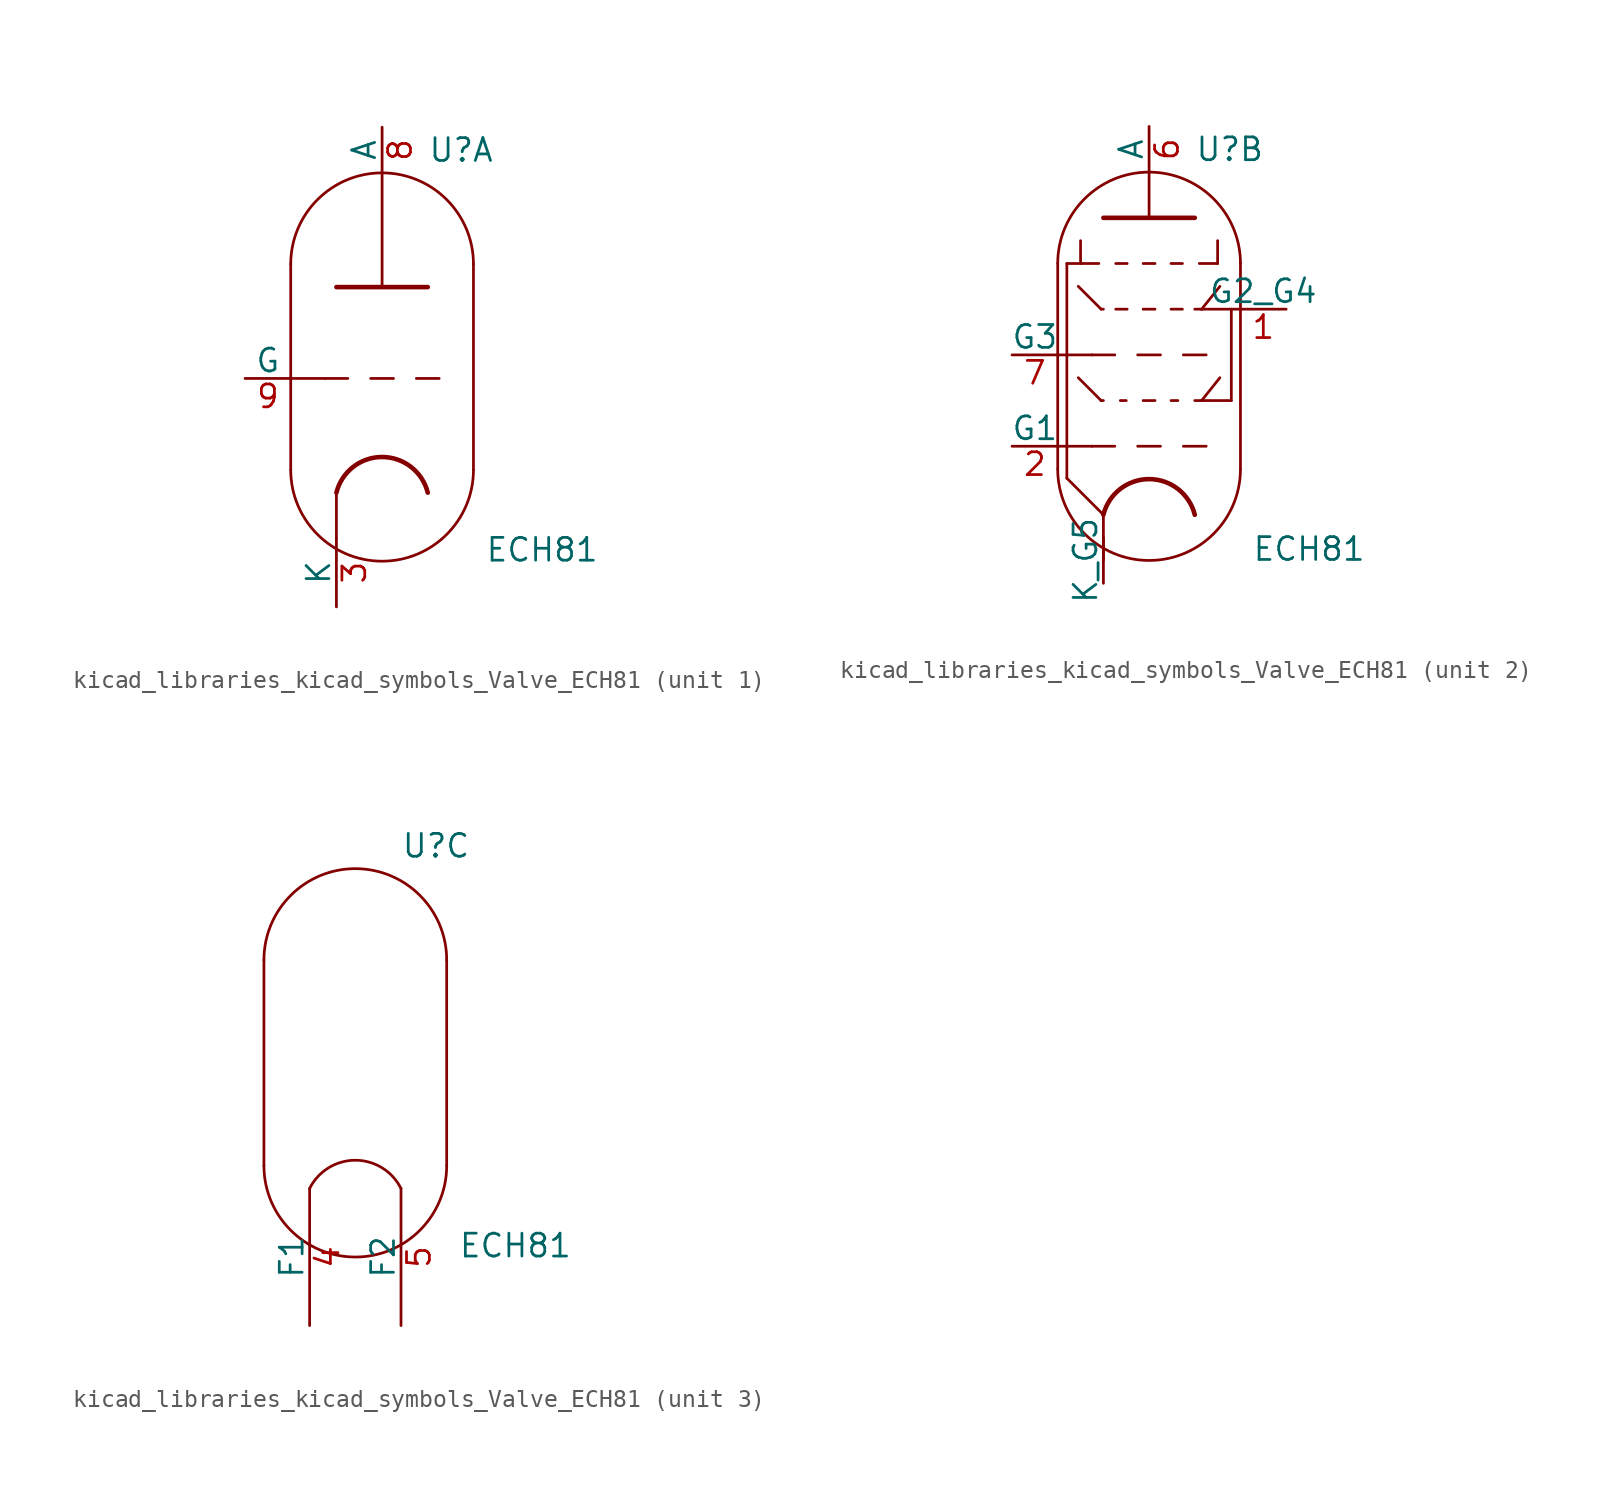
<source format=kicad_sym>
(kicad_symbol_lib
  (version 20220914)
  (generator kicad_symbol_editor)
  (symbol "kicad_libraries_kicad_symbols_Valve_ECH81"
    (pin_names
      (offset 0))
    (property "Reference" "U"
      (at 2.54 12.7 0)
      (effects (font (size 1.27 1.27)) (justify left)))
    (property "Value" "ECH81"
      (at 5.715 -9.525 0)
      (effects (font (size 1.27 1.27)) (justify left)))
    (property "ki_locked" ""
      (at 0 0 0)
      (effects (font (size 1.27 1.27))))
    (symbol "kicad_libraries_kicad_symbols_Valve_ECH81_0_1"
      (arc (start -5.08 -5.08) (mid 0 -10.1379) (end 5.08 -5.08) (stroke (width 0) (type default)) (fill (type none)))
      (polyline (pts (xy -5.08 6.35) (xy -5.08 -5.08) (xy -5.08 -5.08)) (stroke (width 0) (type default)) (fill (type none)))
      (polyline (pts (xy 5.08 6.35) (xy 5.08 -5.08) (xy 5.08 -5.08)) (stroke (width 0) (type default)) (fill (type none)))
      (arc (start 5.08 6.35) (mid 0 11.4079) (end -5.08 6.35) (stroke (width 0) (type default)) (fill (type none))))
    (symbol "kicad_libraries_kicad_symbols_Valve_ECH81_1_0"
      (polyline (pts (xy -2.54 -6.35) (xy -2.54 -8.89)) (stroke (width 0) (type default)) (fill (type none))))
    (symbol "kicad_libraries_kicad_symbols_Valve_ECH81_1_1"
      (polyline (pts (xy -5.08 0) (xy -3.175 0)) (stroke (width 0) (type default)) (fill (type none)))
      (polyline (pts (xy -1.905 0) (xy -3.175 0)) (stroke (width 0.152) (type default)) (fill (type none)))
      (polyline (pts (xy -0.635 0) (xy 0.635 0)) (stroke (width 0.152) (type default)) (fill (type none)))
      (polyline (pts (xy 1.905 0) (xy 3.175 0)) (stroke (width 0.152) (type default)) (fill (type none)))
      (polyline (pts (xy -2.54 5.08) (xy 2.54 5.08) (xy 2.54 5.08)) (stroke (width 0.254) (type default)) (fill (type none)))
      (polyline (pts (xy 0 5.08) (xy 0 11.43) (xy 0 11.43)) (stroke (width 0) (type default)) (fill (type none)))
      (arc (start 2.54 -6.35) (mid 0 -4.3668) (end -2.54 -6.35) (stroke (width 0.254) (type default)) (fill (type none)))
      (pin bidirectional line (at -2.54 -12.7 90) (length 3.81) (name "K" (effects (font (size 1.27 1.27)))) (number "3" (effects (font (size 1.27 1.27)))))
      (pin output line (at 0 13.97 270) (length 2.54) (name "A" (effects (font (size 1.27 1.27)))) (number "8" (effects (font (size 1.27 1.27)))))
      (pin input line (at -7.62 0 0) (length 2.54) (name "G" (effects (font (size 1.27 1.27)))) (number "9" (effects (font (size 1.27 1.27))))))
    (symbol "kicad_libraries_kicad_symbols_Valve_ECH81_2_0"
      (polyline (pts (xy -5.08 -3.81) (xy -3.175 -3.81)) (stroke (width 0) (type default)) (fill (type none)))
      (polyline (pts (xy -5.08 1.27) (xy -3.175 1.27)) (stroke (width 0) (type default)) (fill (type none)))
      (polyline (pts (xy -2.54 -7.62) (xy -2.54 -10.16)) (stroke (width 0) (type default)) (fill (type none)))
      (polyline (pts (xy 0 8.89) (xy 0 11.43)) (stroke (width 0) (type default)) (fill (type none)))
      (polyline (pts (xy 4.572 3.81) (xy 5.08 3.81)) (stroke (width 0) (type default)) (fill (type none))))
    (symbol "kicad_libraries_kicad_symbols_Valve_ECH81_2_1"
      (polyline (pts (xy -4.572 -5.588) (xy -2.54 -7.62)) (stroke (width 0.152) (type default)) (fill (type none)))
      (polyline (pts (xy -4.572 6.35) (xy -4.572 -5.588)) (stroke (width 0.152) (type default)) (fill (type none)))
      (polyline (pts (xy -3.937 0) (xy -2.667 -1.27)) (stroke (width 0.152) (type default)) (fill (type none)))
      (polyline (pts (xy -3.937 5.08) (xy -2.667 3.81)) (stroke (width 0.152) (type default)) (fill (type none)))
      (polyline (pts (xy -3.81 6.35) (xy -4.572 6.35)) (stroke (width 0.152) (type default)) (fill (type none)))
      (polyline (pts (xy -3.81 6.35) (xy -2.794 6.35)) (stroke (width 0.152) (type default)) (fill (type none)))
      (polyline (pts (xy -3.81 7.62) (xy -3.81 6.35)) (stroke (width 0.152) (type default)) (fill (type none)))
      (polyline (pts (xy -2.667 -1.27) (xy -2.54 -1.27)) (stroke (width 0.152) (type default)) (fill (type none)))
      (polyline (pts (xy -2.667 3.81) (xy -2.54 3.81)) (stroke (width 0.152) (type default)) (fill (type none)))
      (polyline (pts (xy -1.905 -3.81) (xy -3.175 -3.81)) (stroke (width 0.152) (type default)) (fill (type none)))
      (polyline (pts (xy -1.905 1.27) (xy -3.175 1.27)) (stroke (width 0.152) (type default)) (fill (type none)))
      (polyline (pts (xy -1.854 3.81) (xy -1.219 3.81)) (stroke (width 0.152) (type default)) (fill (type none)))
      (polyline (pts (xy -1.854 6.35) (xy -1.219 6.35)) (stroke (width 0.152) (type default)) (fill (type none)))
      (polyline (pts (xy -1.27 -1.27) (xy -1.6 -1.27)) (stroke (width 0.152) (type default)) (fill (type none)))
      (polyline (pts (xy -0.635 -3.81) (xy 0.635 -3.81)) (stroke (width 0.152) (type default)) (fill (type none)))
      (polyline (pts (xy -0.635 1.27) (xy 0.635 1.27)) (stroke (width 0.152) (type default)) (fill (type none)))
      (polyline (pts (xy -0.33 -1.27) (xy 0.33 -1.27)) (stroke (width 0.152) (type default)) (fill (type none)))
      (polyline (pts (xy -0.33 3.81) (xy 0.33 3.81)) (stroke (width 0.152) (type default)) (fill (type none)))
      (polyline (pts (xy -0.33 6.35) (xy 0.33 6.35)) (stroke (width 0.152) (type default)) (fill (type none)))
      (polyline (pts (xy 1.219 -1.27) (xy 1.6 -1.27)) (stroke (width 0.152) (type default)) (fill (type none)))
      (polyline (pts (xy 1.219 3.81) (xy 1.854 3.81)) (stroke (width 0.152) (type default)) (fill (type none)))
      (polyline (pts (xy 1.219 6.35) (xy 1.854 6.35)) (stroke (width 0.152) (type default)) (fill (type none)))
      (polyline (pts (xy 1.905 -3.81) (xy 3.175 -3.81)) (stroke (width 0.152) (type default)) (fill (type none)))
      (polyline (pts (xy 1.905 1.27) (xy 3.175 1.27)) (stroke (width 0.152) (type default)) (fill (type none)))
      (polyline (pts (xy 2.54 -1.27) (xy 2.921 -1.27)) (stroke (width 0.152) (type default)) (fill (type none)))
      (polyline (pts (xy 2.54 3.81) (xy 2.921 3.81)) (stroke (width 0.152) (type default)) (fill (type none)))
      (polyline (pts (xy 2.921 3.81) (xy 4.572 3.81)) (stroke (width 0) (type default)) (fill (type none)))
      (polyline (pts (xy 3.81 6.35) (xy 2.794 6.35)) (stroke (width 0.152) (type default)) (fill (type none)))
      (polyline (pts (xy 3.81 7.62) (xy 3.81 6.35)) (stroke (width 0.152) (type default)) (fill (type none)))
      (polyline (pts (xy 3.937 0) (xy 2.921 -1.27)) (stroke (width 0.152) (type default)) (fill (type none)))
      (polyline (pts (xy 3.937 5.08) (xy 2.921 3.81)) (stroke (width 0.152) (type default)) (fill (type none)))
      (polyline (pts (xy 4.572 -1.27) (xy 2.921 -1.27)) (stroke (width 0) (type default)) (fill (type none)))
      (polyline (pts (xy 4.572 3.81) (xy 4.572 -1.27)) (stroke (width 0) (type default)) (fill (type none)))
      (polyline (pts (xy -2.54 8.89) (xy 2.54 8.89) (xy 2.54 8.89) (xy 2.54 8.89)) (stroke (width 0.254) (type default)) (fill (type none)))
      (arc (start 2.54 -7.62) (mid 0 -5.6368) (end -2.54 -7.62) (stroke (width 0.254) (type default)) (fill (type none)))
      (pin input line (at 7.62 3.81 180) (length 2.54) (name "G2_G4" (effects (font (size 1.27 1.27)))) (number "1" (effects (font (size 1.27 1.27)))))
      (pin input line (at -7.62 -3.81 0) (length 2.54) (name "G1" (effects (font (size 1.27 1.27)))) (number "2" (effects (font (size 1.27 1.27)))))
      (pin output line (at 0 13.97 270) (length 2.54) (name "A" (effects (font (size 1.27 1.27)))) (number "6" (effects (font (size 1.27 1.27)))))
      (pin input line (at -7.62 1.27 0) (length 2.54) (name "G3" (effects (font (size 1.27 1.27)))) (number "7" (effects (font (size 1.27 1.27)))))
      (pin bidirectional line (at -2.54 -11.43 90) (length 2.54) (name "K_G5" (effects (font (size 1.27 1.27)))) (number "~" (effects (font (size 1.27 1.27))))))
    (symbol "kicad_libraries_kicad_symbols_Valve_ECH81_3_1"
      (arc (start 2.54 -6.35) (mid 0 -4.7802) (end -2.54 -6.35) (stroke (width 0) (type default)) (fill (type none)))
      (pin power_in line (at -2.54 -13.97 90) (length 7.62) (name "F1" (effects (font (size 1.27 1.27)))) (number "4" (effects (font (size 1.27 1.27)))))
      (pin power_in line (at 2.54 -13.97 90) (length 7.62) (name "F2" (effects (font (size 1.27 1.27)))) (number "5" (effects (font (size 1.27 1.27))))))))
</source>
